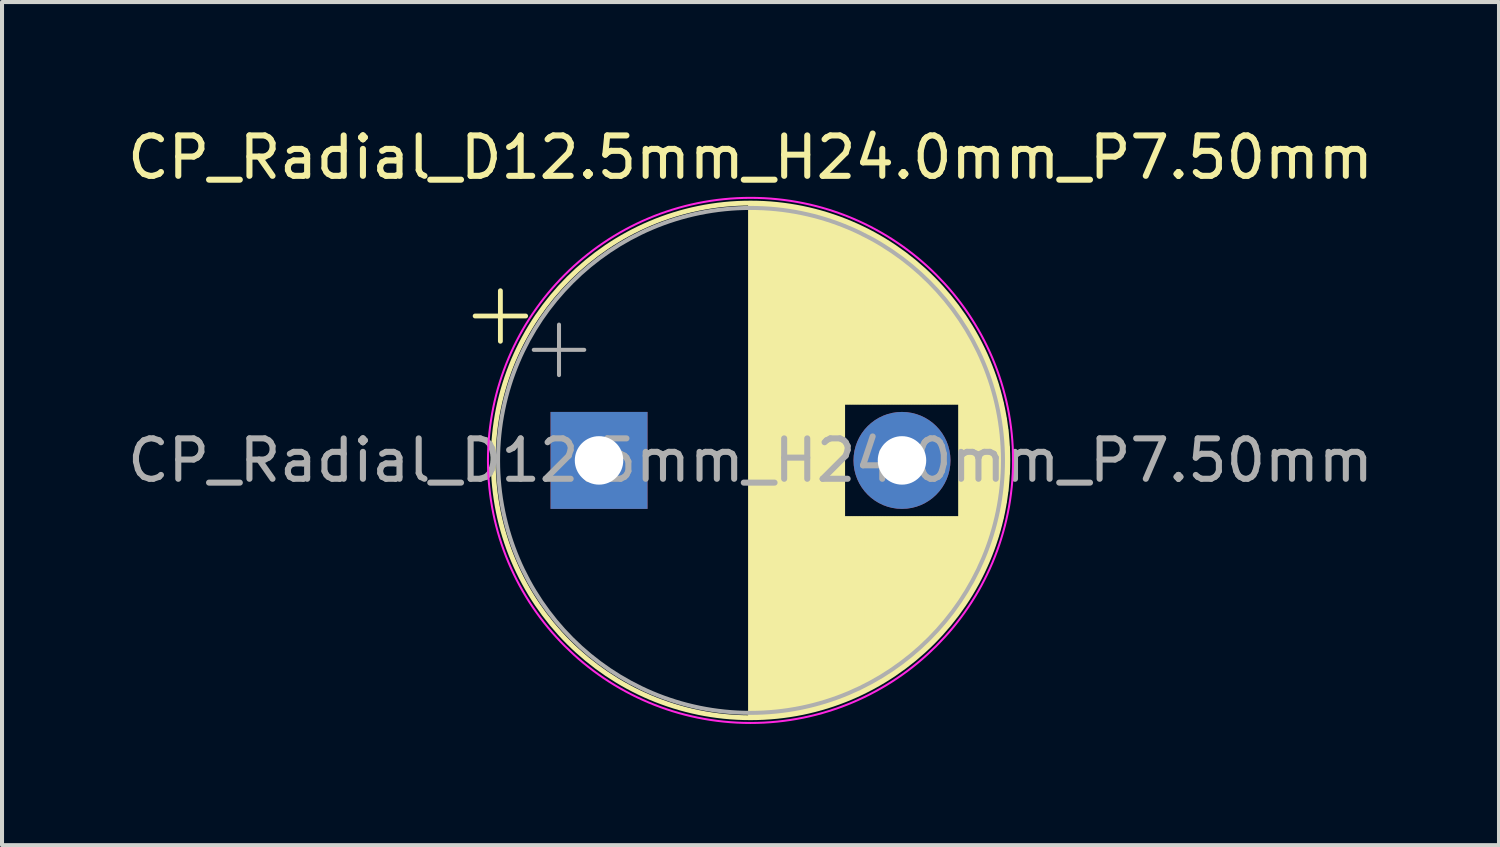
<source format=kicad_pcb>
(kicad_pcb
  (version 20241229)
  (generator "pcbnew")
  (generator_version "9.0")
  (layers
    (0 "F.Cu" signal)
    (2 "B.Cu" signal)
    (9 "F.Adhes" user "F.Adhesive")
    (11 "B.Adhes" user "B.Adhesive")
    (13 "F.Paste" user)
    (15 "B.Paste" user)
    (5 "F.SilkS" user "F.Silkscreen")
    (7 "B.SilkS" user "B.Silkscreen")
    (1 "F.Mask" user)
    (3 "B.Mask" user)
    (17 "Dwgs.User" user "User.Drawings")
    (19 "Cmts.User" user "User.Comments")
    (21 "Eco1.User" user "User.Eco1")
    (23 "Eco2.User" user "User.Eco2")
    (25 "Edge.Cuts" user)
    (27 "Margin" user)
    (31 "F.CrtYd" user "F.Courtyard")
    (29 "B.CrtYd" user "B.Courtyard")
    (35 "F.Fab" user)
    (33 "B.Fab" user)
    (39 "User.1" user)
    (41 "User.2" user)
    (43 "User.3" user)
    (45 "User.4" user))
  (footprint "CP_Radial_D12.5mm_H24.0mm_P7.50mm"
    (layer "F.Cu")
    (at 11.78 8.348)
    (property "Reference" "CP_Radial_D12.5mm_H24.0mm_P7.50mm" (at 3.75 -7.5 0) (layer "F.SilkS") (effects (font (size 1 1) (thickness 0.15))))
    (attr through_hole)
    (fp_line (start -3.067 -3.575) (end -1.817 -3.575) (stroke (width 0.12) (type solid)) (layer "F.SilkS"))
    (fp_line (start -2.442 -4.2) (end -2.442 -2.95) (stroke (width 0.12) (type solid)) (layer "F.SilkS"))
    (fp_line (start 3.75 -6.33) (end 3.75 6.33) (stroke (width 0.12) (type solid)) (layer "F.SilkS"))
    (fp_line (start 3.79 -6.33) (end 3.79 6.33) (stroke (width 0.12) (type solid)) (layer "F.SilkS"))
    (fp_line (start 3.83 -6.33) (end 3.83 6.33) (stroke (width 0.12) (type solid)) (layer "F.SilkS"))
    (fp_line (start 3.87 -6.329) (end 3.87 6.329) (stroke (width 0.12) (type solid)) (layer "F.SilkS"))
    (fp_line (start 3.91 -6.328) (end 3.91 6.328) (stroke (width 0.12) (type solid)) (layer "F.SilkS"))
    (fp_line (start 3.95 -6.327) (end 3.95 6.327) (stroke (width 0.12) (type solid)) (layer "F.SilkS"))
    (fp_line (start 3.99 -6.326) (end 3.99 6.326) (stroke (width 0.12) (type solid)) (layer "F.SilkS"))
    (fp_line (start 4.03 -6.324) (end 4.03 6.324) (stroke (width 0.12) (type solid)) (layer "F.SilkS"))
    (fp_line (start 4.07 -6.322) (end 4.07 6.322) (stroke (width 0.12) (type solid)) (layer "F.SilkS"))
    (fp_line (start 4.11 -6.32) (end 4.11 6.32) (stroke (width 0.12) (type solid)) (layer "F.SilkS"))
    (fp_line (start 4.15 -6.318) (end 4.15 6.318) (stroke (width 0.12) (type solid)) (layer "F.SilkS"))
    (fp_line (start 4.19 -6.315) (end 4.19 6.315) (stroke (width 0.12) (type solid)) (layer "F.SilkS"))
    (fp_line (start 4.23 -6.312) (end 4.23 6.312) (stroke (width 0.12) (type solid)) (layer "F.SilkS"))
    (fp_line (start 4.27 -6.309) (end 4.27 6.309) (stroke (width 0.12) (type solid)) (layer "F.SilkS"))
    (fp_line (start 4.31 -6.306) (end 4.31 6.306) (stroke (width 0.12) (type solid)) (layer "F.SilkS"))
    (fp_line (start 4.35 -6.302) (end 4.35 6.302) (stroke (width 0.12) (type solid)) (layer "F.SilkS"))
    (fp_line (start 4.39 -6.298) (end 4.39 6.298) (stroke (width 0.12) (type solid)) (layer "F.SilkS"))
    (fp_line (start 4.43 -6.294) (end 4.43 6.294) (stroke (width 0.12) (type solid)) (layer "F.SilkS"))
    (fp_line (start 4.471 -6.29) (end 4.471 6.29) (stroke (width 0.12) (type solid)) (layer "F.SilkS"))
    (fp_line (start 4.511 -6.285) (end 4.511 6.285) (stroke (width 0.12) (type solid)) (layer "F.SilkS"))
    (fp_line (start 4.551 -6.28) (end 4.551 6.28) (stroke (width 0.12) (type solid)) (layer "F.SilkS"))
    (fp_line (start 4.591 -6.275) (end 4.591 6.275) (stroke (width 0.12) (type solid)) (layer "F.SilkS"))
    (fp_line (start 4.631 -6.269) (end 4.631 6.269) (stroke (width 0.12) (type solid)) (layer "F.SilkS"))
    (fp_line (start 4.671 -6.264) (end 4.671 6.264) (stroke (width 0.12) (type solid)) (layer "F.SilkS"))
    (fp_line (start 4.711 -6.258) (end 4.711 6.258) (stroke (width 0.12) (type solid)) (layer "F.SilkS"))
    (fp_line (start 4.751 -6.252) (end 4.751 6.252) (stroke (width 0.12) (type solid)) (layer "F.SilkS"))
    (fp_line (start 4.791 -6.245) (end 4.791 6.245) (stroke (width 0.12) (type solid)) (layer "F.SilkS"))
    (fp_line (start 4.831 -6.238) (end 4.831 6.238) (stroke (width 0.12) (type solid)) (layer "F.SilkS"))
    (fp_line (start 4.871 -6.231) (end 4.871 6.231) (stroke (width 0.12) (type solid)) (layer "F.SilkS"))
    (fp_line (start 4.911 -6.224) (end 4.911 6.224) (stroke (width 0.12) (type solid)) (layer "F.SilkS"))
    (fp_line (start 4.951 -6.216) (end 4.951 6.216) (stroke (width 0.12) (type solid)) (layer "F.SilkS"))
    (fp_line (start 4.991 -6.209) (end 4.991 6.209) (stroke (width 0.12) (type solid)) (layer "F.SilkS"))
    (fp_line (start 5.031 -6.201) (end 5.031 6.201) (stroke (width 0.12) (type solid)) (layer "F.SilkS"))
    (fp_line (start 5.071 -6.192) (end 5.071 6.192) (stroke (width 0.12) (type solid)) (layer "F.SilkS"))
    (fp_line (start 5.111 -6.184) (end 5.111 6.184) (stroke (width 0.12) (type solid)) (layer "F.SilkS"))
    (fp_line (start 5.151 -6.175) (end 5.151 6.175) (stroke (width 0.12) (type solid)) (layer "F.SilkS"))
    (fp_line (start 5.191 -6.166) (end 5.191 6.166) (stroke (width 0.12) (type solid)) (layer "F.SilkS"))
    (fp_line (start 5.231 -6.156) (end 5.231 6.156) (stroke (width 0.12) (type solid)) (layer "F.SilkS"))
    (fp_line (start 5.271 -6.146) (end 5.271 6.146) (stroke (width 0.12) (type solid)) (layer "F.SilkS"))
    (fp_line (start 5.311 -6.137) (end 5.311 6.137) (stroke (width 0.12) (type solid)) (layer "F.SilkS"))
    (fp_line (start 5.351 -6.126) (end 5.351 6.126) (stroke (width 0.12) (type solid)) (layer "F.SilkS"))
    (fp_line (start 5.391 -6.116) (end 5.391 6.116) (stroke (width 0.12) (type solid)) (layer "F.SilkS"))
    (fp_line (start 5.431 -6.105) (end 5.431 6.105) (stroke (width 0.12) (type solid)) (layer "F.SilkS"))
    (fp_line (start 5.471 -6.094) (end 5.471 6.094) (stroke (width 0.12) (type solid)) (layer "F.SilkS"))
    (fp_line (start 5.511 -6.083) (end 5.511 6.083) (stroke (width 0.12) (type solid)) (layer "F.SilkS"))
    (fp_line (start 5.551 -6.071) (end 5.551 6.071) (stroke (width 0.12) (type solid)) (layer "F.SilkS"))
    (fp_line (start 5.591 -6.059) (end 5.591 6.059) (stroke (width 0.12) (type solid)) (layer "F.SilkS"))
    (fp_line (start 5.631 -6.047) (end 5.631 6.047) (stroke (width 0.12) (type solid)) (layer "F.SilkS"))
    (fp_line (start 5.671 -6.034) (end 5.671 6.034) (stroke (width 0.12) (type solid)) (layer "F.SilkS"))
    (fp_line (start 5.711 -6.021) (end 5.711 6.021) (stroke (width 0.12) (type solid)) (layer "F.SilkS"))
    (fp_line (start 5.751 -6.008) (end 5.751 6.008) (stroke (width 0.12) (type solid)) (layer "F.SilkS"))
    (fp_line (start 5.791 -5.995) (end 5.791 5.995) (stroke (width 0.12) (type solid)) (layer "F.SilkS"))
    (fp_line (start 5.831 -5.981) (end 5.831 5.981) (stroke (width 0.12) (type solid)) (layer "F.SilkS"))
    (fp_line (start 5.871 -5.967) (end 5.871 5.967) (stroke (width 0.12) (type solid)) (layer "F.SilkS"))
    (fp_line (start 5.911 -5.953) (end 5.911 5.953) (stroke (width 0.12) (type solid)) (layer "F.SilkS"))
    (fp_line (start 5.951 -5.939) (end 5.951 5.939) (stroke (width 0.12) (type solid)) (layer "F.SilkS"))
    (fp_line (start 5.991 -5.924) (end 5.991 5.924) (stroke (width 0.12) (type solid)) (layer "F.SilkS"))
    (fp_line (start 6.031 -5.908) (end 6.031 5.908) (stroke (width 0.12) (type solid)) (layer "F.SilkS"))
    (fp_line (start 6.071 -5.893) (end 6.071 -1.44) (stroke (width 0.12) (type solid)) (layer "F.SilkS"))
    (fp_line (start 6.071 1.44) (end 6.071 5.893) (stroke (width 0.12) (type solid)) (layer "F.SilkS"))
    (fp_line (start 6.111 -5.877) (end 6.111 -1.44) (stroke (width 0.12) (type solid)) (layer "F.SilkS"))
    (fp_line (start 6.111 1.44) (end 6.111 5.877) (stroke (width 0.12) (type solid)) (layer "F.SilkS"))
    (fp_line (start 6.151 -5.861) (end 6.151 -1.44) (stroke (width 0.12) (type solid)) (layer "F.SilkS"))
    (fp_line (start 6.151 1.44) (end 6.151 5.861) (stroke (width 0.12) (type solid)) (layer "F.SilkS"))
    (fp_line (start 6.191 -5.845) (end 6.191 -1.44) (stroke (width 0.12) (type solid)) (layer "F.SilkS"))
    (fp_line (start 6.191 1.44) (end 6.191 5.845) (stroke (width 0.12) (type solid)) (layer "F.SilkS"))
    (fp_line (start 6.231 -5.828) (end 6.231 -1.44) (stroke (width 0.12) (type solid)) (layer "F.SilkS"))
    (fp_line (start 6.231 1.44) (end 6.231 5.828) (stroke (width 0.12) (type solid)) (layer "F.SilkS"))
    (fp_line (start 6.271 -5.811) (end 6.271 -1.44) (stroke (width 0.12) (type solid)) (layer "F.SilkS"))
    (fp_line (start 6.271 1.44) (end 6.271 5.811) (stroke (width 0.12) (type solid)) (layer "F.SilkS"))
    (fp_line (start 6.311 -5.793) (end 6.311 -1.44) (stroke (width 0.12) (type solid)) (layer "F.SilkS"))
    (fp_line (start 6.311 1.44) (end 6.311 5.793) (stroke (width 0.12) (type solid)) (layer "F.SilkS"))
    (fp_line (start 6.351 -5.776) (end 6.351 -1.44) (stroke (width 0.12) (type solid)) (layer "F.SilkS"))
    (fp_line (start 6.351 1.44) (end 6.351 5.776) (stroke (width 0.12) (type solid)) (layer "F.SilkS"))
    (fp_line (start 6.391 -5.758) (end 6.391 -1.44) (stroke (width 0.12) (type solid)) (layer "F.SilkS"))
    (fp_line (start 6.391 1.44) (end 6.391 5.758) (stroke (width 0.12) (type solid)) (layer "F.SilkS"))
    (fp_line (start 6.431 -5.739) (end 6.431 -1.44) (stroke (width 0.12) (type solid)) (layer "F.SilkS"))
    (fp_line (start 6.431 1.44) (end 6.431 5.739) (stroke (width 0.12) (type solid)) (layer "F.SilkS"))
    (fp_line (start 6.471 -5.721) (end 6.471 -1.44) (stroke (width 0.12) (type solid)) (layer "F.SilkS"))
    (fp_line (start 6.471 1.44) (end 6.471 5.721) (stroke (width 0.12) (type solid)) (layer "F.SilkS"))
    (fp_line (start 6.511 -5.702) (end 6.511 -1.44) (stroke (width 0.12) (type solid)) (layer "F.SilkS"))
    (fp_line (start 6.511 1.44) (end 6.511 5.702) (stroke (width 0.12) (type solid)) (layer "F.SilkS"))
    (fp_line (start 6.551 -5.682) (end 6.551 -1.44) (stroke (width 0.12) (type solid)) (layer "F.SilkS"))
    (fp_line (start 6.551 1.44) (end 6.551 5.682) (stroke (width 0.12) (type solid)) (layer "F.SilkS"))
    (fp_line (start 6.591 -5.662) (end 6.591 -1.44) (stroke (width 0.12) (type solid)) (layer "F.SilkS"))
    (fp_line (start 6.591 1.44) (end 6.591 5.662) (stroke (width 0.12) (type solid)) (layer "F.SilkS"))
    (fp_line (start 6.631 -5.642) (end 6.631 -1.44) (stroke (width 0.12) (type solid)) (layer "F.SilkS"))
    (fp_line (start 6.631 1.44) (end 6.631 5.642) (stroke (width 0.12) (type solid)) (layer "F.SilkS"))
    (fp_line (start 6.671 -5.622) (end 6.671 -1.44) (stroke (width 0.12) (type solid)) (layer "F.SilkS"))
    (fp_line (start 6.671 1.44) (end 6.671 5.622) (stroke (width 0.12) (type solid)) (layer "F.SilkS"))
    (fp_line (start 6.711 -5.601) (end 6.711 -1.44) (stroke (width 0.12) (type solid)) (layer "F.SilkS"))
    (fp_line (start 6.711 1.44) (end 6.711 5.601) (stroke (width 0.12) (type solid)) (layer "F.SilkS"))
    (fp_line (start 6.751 -5.58) (end 6.751 -1.44) (stroke (width 0.12) (type solid)) (layer "F.SilkS"))
    (fp_line (start 6.751 1.44) (end 6.751 5.58) (stroke (width 0.12) (type solid)) (layer "F.SilkS"))
    (fp_line (start 6.791 -5.558) (end 6.791 -1.44) (stroke (width 0.12) (type solid)) (layer "F.SilkS"))
    (fp_line (start 6.791 1.44) (end 6.791 5.558) (stroke (width 0.12) (type solid)) (layer "F.SilkS"))
    (fp_line (start 6.831 -5.536) (end 6.831 -1.44) (stroke (width 0.12) (type solid)) (layer "F.SilkS"))
    (fp_line (start 6.831 1.44) (end 6.831 5.536) (stroke (width 0.12) (type solid)) (layer "F.SilkS"))
    (fp_line (start 6.871 -5.514) (end 6.871 -1.44) (stroke (width 0.12) (type solid)) (layer "F.SilkS"))
    (fp_line (start 6.871 1.44) (end 6.871 5.514) (stroke (width 0.12) (type solid)) (layer "F.SilkS"))
    (fp_line (start 6.911 -5.491) (end 6.911 -1.44) (stroke (width 0.12) (type solid)) (layer "F.SilkS"))
    (fp_line (start 6.911 1.44) (end 6.911 5.491) (stroke (width 0.12) (type solid)) (layer "F.SilkS"))
    (fp_line (start 6.951 -5.468) (end 6.951 -1.44) (stroke (width 0.12) (type solid)) (layer "F.SilkS"))
    (fp_line (start 6.951 1.44) (end 6.951 5.468) (stroke (width 0.12) (type solid)) (layer "F.SilkS"))
    (fp_line (start 6.991 -5.445) (end 6.991 -1.44) (stroke (width 0.12) (type solid)) (layer "F.SilkS"))
    (fp_line (start 6.991 1.44) (end 6.991 5.445) (stroke (width 0.12) (type solid)) (layer "F.SilkS"))
    (fp_line (start 7.031 -5.421) (end 7.031 -1.44) (stroke (width 0.12) (type solid)) (layer "F.SilkS"))
    (fp_line (start 7.031 1.44) (end 7.031 5.421) (stroke (width 0.12) (type solid)) (layer "F.SilkS"))
    (fp_line (start 7.071 -5.397) (end 7.071 -1.44) (stroke (width 0.12) (type solid)) (layer "F.SilkS"))
    (fp_line (start 7.071 1.44) (end 7.071 5.397) (stroke (width 0.12) (type solid)) (layer "F.SilkS"))
    (fp_line (start 7.111 -5.372) (end 7.111 -1.44) (stroke (width 0.12) (type solid)) (layer "F.SilkS"))
    (fp_line (start 7.111 1.44) (end 7.111 5.372) (stroke (width 0.12) (type solid)) (layer "F.SilkS"))
    (fp_line (start 7.151 -5.347) (end 7.151 -1.44) (stroke (width 0.12) (type solid)) (layer "F.SilkS"))
    (fp_line (start 7.151 1.44) (end 7.151 5.347) (stroke (width 0.12) (type solid)) (layer "F.SilkS"))
    (fp_line (start 7.191 -5.322) (end 7.191 -1.44) (stroke (width 0.12) (type solid)) (layer "F.SilkS"))
    (fp_line (start 7.191 1.44) (end 7.191 5.322) (stroke (width 0.12) (type solid)) (layer "F.SilkS"))
    (fp_line (start 7.231 -5.296) (end 7.231 -1.44) (stroke (width 0.12) (type solid)) (layer "F.SilkS"))
    (fp_line (start 7.231 1.44) (end 7.231 5.296) (stroke (width 0.12) (type solid)) (layer "F.SilkS"))
    (fp_line (start 7.271 -5.27) (end 7.271 -1.44) (stroke (width 0.12) (type solid)) (layer "F.SilkS"))
    (fp_line (start 7.271 1.44) (end 7.271 5.27) (stroke (width 0.12) (type solid)) (layer "F.SilkS"))
    (fp_line (start 7.311 -5.243) (end 7.311 -1.44) (stroke (width 0.12) (type solid)) (layer "F.SilkS"))
    (fp_line (start 7.311 1.44) (end 7.311 5.243) (stroke (width 0.12) (type solid)) (layer "F.SilkS"))
    (fp_line (start 7.351 -5.216) (end 7.351 -1.44) (stroke (width 0.12) (type solid)) (layer "F.SilkS"))
    (fp_line (start 7.351 1.44) (end 7.351 5.216) (stroke (width 0.12) (type solid)) (layer "F.SilkS"))
    (fp_line (start 7.391 -5.188) (end 7.391 -1.44) (stroke (width 0.12) (type solid)) (layer "F.SilkS"))
    (fp_line (start 7.391 1.44) (end 7.391 5.188) (stroke (width 0.12) (type solid)) (layer "F.SilkS"))
    (fp_line (start 7.431 -5.16) (end 7.431 -1.44) (stroke (width 0.12) (type solid)) (layer "F.SilkS"))
    (fp_line (start 7.431 1.44) (end 7.431 5.16) (stroke (width 0.12) (type solid)) (layer "F.SilkS"))
    (fp_line (start 7.471 -5.131) (end 7.471 -1.44) (stroke (width 0.12) (type solid)) (layer "F.SilkS"))
    (fp_line (start 7.471 1.44) (end 7.471 5.131) (stroke (width 0.12) (type solid)) (layer "F.SilkS"))
    (fp_line (start 7.511 -5.102) (end 7.511 -1.44) (stroke (width 0.12) (type solid)) (layer "F.SilkS"))
    (fp_line (start 7.511 1.44) (end 7.511 5.102) (stroke (width 0.12) (type solid)) (layer "F.SilkS"))
    (fp_line (start 7.551 -5.073) (end 7.551 -1.44) (stroke (width 0.12) (type solid)) (layer "F.SilkS"))
    (fp_line (start 7.551 1.44) (end 7.551 5.073) (stroke (width 0.12) (type solid)) (layer "F.SilkS"))
    (fp_line (start 7.591 -5.043) (end 7.591 -1.44) (stroke (width 0.12) (type solid)) (layer "F.SilkS"))
    (fp_line (start 7.591 1.44) (end 7.591 5.043) (stroke (width 0.12) (type solid)) (layer "F.SilkS"))
    (fp_line (start 7.631 -5.012) (end 7.631 -1.44) (stroke (width 0.12) (type solid)) (layer "F.SilkS"))
    (fp_line (start 7.631 1.44) (end 7.631 5.012) (stroke (width 0.12) (type solid)) (layer "F.SilkS"))
    (fp_line (start 7.671 -4.982) (end 7.671 -1.44) (stroke (width 0.12) (type solid)) (layer "F.SilkS"))
    (fp_line (start 7.671 1.44) (end 7.671 4.982) (stroke (width 0.12) (type solid)) (layer "F.SilkS"))
    (fp_line (start 7.711 -4.95) (end 7.711 -1.44) (stroke (width 0.12) (type solid)) (layer "F.SilkS"))
    (fp_line (start 7.711 1.44) (end 7.711 4.95) (stroke (width 0.12) (type solid)) (layer "F.SilkS"))
    (fp_line (start 7.751 -4.918) (end 7.751 -1.44) (stroke (width 0.12) (type solid)) (layer "F.SilkS"))
    (fp_line (start 7.751 1.44) (end 7.751 4.918) (stroke (width 0.12) (type solid)) (layer "F.SilkS"))
    (fp_line (start 7.791 -4.885) (end 7.791 -1.44) (stroke (width 0.12) (type solid)) (layer "F.SilkS"))
    (fp_line (start 7.791 1.44) (end 7.791 4.885) (stroke (width 0.12) (type solid)) (layer "F.SilkS"))
    (fp_line (start 7.831 -4.852) (end 7.831 -1.44) (stroke (width 0.12) (type solid)) (layer "F.SilkS"))
    (fp_line (start 7.831 1.44) (end 7.831 4.852) (stroke (width 0.12) (type solid)) (layer "F.SilkS"))
    (fp_line (start 7.871 -4.819) (end 7.871 -1.44) (stroke (width 0.12) (type solid)) (layer "F.SilkS"))
    (fp_line (start 7.871 1.44) (end 7.871 4.819) (stroke (width 0.12) (type solid)) (layer "F.SilkS"))
    (fp_line (start 7.911 -4.785) (end 7.911 -1.44) (stroke (width 0.12) (type solid)) (layer "F.SilkS"))
    (fp_line (start 7.911 1.44) (end 7.911 4.785) (stroke (width 0.12) (type solid)) (layer "F.SilkS"))
    (fp_line (start 7.951 -4.75) (end 7.951 -1.44) (stroke (width 0.12) (type solid)) (layer "F.SilkS"))
    (fp_line (start 7.951 1.44) (end 7.951 4.75) (stroke (width 0.12) (type solid)) (layer "F.SilkS"))
    (fp_line (start 7.991 -4.714) (end 7.991 -1.44) (stroke (width 0.12) (type solid)) (layer "F.SilkS"))
    (fp_line (start 7.991 1.44) (end 7.991 4.714) (stroke (width 0.12) (type solid)) (layer "F.SilkS"))
    (fp_line (start 8.031 -4.678) (end 8.031 -1.44) (stroke (width 0.12) (type solid)) (layer "F.SilkS"))
    (fp_line (start 8.031 1.44) (end 8.031 4.678) (stroke (width 0.12) (type solid)) (layer "F.SilkS"))
    (fp_line (start 8.071 -4.642) (end 8.071 -1.44) (stroke (width 0.12) (type solid)) (layer "F.SilkS"))
    (fp_line (start 8.071 1.44) (end 8.071 4.642) (stroke (width 0.12) (type solid)) (layer "F.SilkS"))
    (fp_line (start 8.111 -4.605) (end 8.111 -1.44) (stroke (width 0.12) (type solid)) (layer "F.SilkS"))
    (fp_line (start 8.111 1.44) (end 8.111 4.605) (stroke (width 0.12) (type solid)) (layer "F.SilkS"))
    (fp_line (start 8.151 -4.567) (end 8.151 -1.44) (stroke (width 0.12) (type solid)) (layer "F.SilkS"))
    (fp_line (start 8.151 1.44) (end 8.151 4.567) (stroke (width 0.12) (type solid)) (layer "F.SilkS"))
    (fp_line (start 8.191 -4.528) (end 8.191 -1.44) (stroke (width 0.12) (type solid)) (layer "F.SilkS"))
    (fp_line (start 8.191 1.44) (end 8.191 4.528) (stroke (width 0.12) (type solid)) (layer "F.SilkS"))
    (fp_line (start 8.231 -4.489) (end 8.231 -1.44) (stroke (width 0.12) (type solid)) (layer "F.SilkS"))
    (fp_line (start 8.231 1.44) (end 8.231 4.489) (stroke (width 0.12) (type solid)) (layer "F.SilkS"))
    (fp_line (start 8.271 -4.449) (end 8.271 -1.44) (stroke (width 0.12) (type solid)) (layer "F.SilkS"))
    (fp_line (start 8.271 1.44) (end 8.271 4.449) (stroke (width 0.12) (type solid)) (layer "F.SilkS"))
    (fp_line (start 8.311 -4.408) (end 8.311 -1.44) (stroke (width 0.12) (type solid)) (layer "F.SilkS"))
    (fp_line (start 8.311 1.44) (end 8.311 4.408) (stroke (width 0.12) (type solid)) (layer "F.SilkS"))
    (fp_line (start 8.351 -4.367) (end 8.351 -1.44) (stroke (width 0.12) (type solid)) (layer "F.SilkS"))
    (fp_line (start 8.351 1.44) (end 8.351 4.367) (stroke (width 0.12) (type solid)) (layer "F.SilkS"))
    (fp_line (start 8.391 -4.325) (end 8.391 -1.44) (stroke (width 0.12) (type solid)) (layer "F.SilkS"))
    (fp_line (start 8.391 1.44) (end 8.391 4.325) (stroke (width 0.12) (type solid)) (layer "F.SilkS"))
    (fp_line (start 8.431 -4.282) (end 8.431 -1.44) (stroke (width 0.12) (type solid)) (layer "F.SilkS"))
    (fp_line (start 8.431 1.44) (end 8.431 4.282) (stroke (width 0.12) (type solid)) (layer "F.SilkS"))
    (fp_line (start 8.471 -4.238) (end 8.471 -1.44) (stroke (width 0.12) (type solid)) (layer "F.SilkS"))
    (fp_line (start 8.471 1.44) (end 8.471 4.238) (stroke (width 0.12) (type solid)) (layer "F.SilkS"))
    (fp_line (start 8.511 -4.194) (end 8.511 -1.44) (stroke (width 0.12) (type solid)) (layer "F.SilkS"))
    (fp_line (start 8.511 1.44) (end 8.511 4.194) (stroke (width 0.12) (type solid)) (layer "F.SilkS"))
    (fp_line (start 8.551 -4.148) (end 8.551 -1.44) (stroke (width 0.12) (type solid)) (layer "F.SilkS"))
    (fp_line (start 8.551 1.44) (end 8.551 4.148) (stroke (width 0.12) (type solid)) (layer "F.SilkS"))
    (fp_line (start 8.591 -4.102) (end 8.591 -1.44) (stroke (width 0.12) (type solid)) (layer "F.SilkS"))
    (fp_line (start 8.591 1.44) (end 8.591 4.102) (stroke (width 0.12) (type solid)) (layer "F.SilkS"))
    (fp_line (start 8.631 -4.055) (end 8.631 -1.44) (stroke (width 0.12) (type solid)) (layer "F.SilkS"))
    (fp_line (start 8.631 1.44) (end 8.631 4.055) (stroke (width 0.12) (type solid)) (layer "F.SilkS"))
    (fp_line (start 8.671 -4.007) (end 8.671 -1.44) (stroke (width 0.12) (type solid)) (layer "F.SilkS"))
    (fp_line (start 8.671 1.44) (end 8.671 4.007) (stroke (width 0.12) (type solid)) (layer "F.SilkS"))
    (fp_line (start 8.711 -3.957) (end 8.711 -1.44) (stroke (width 0.12) (type solid)) (layer "F.SilkS"))
    (fp_line (start 8.711 1.44) (end 8.711 3.957) (stroke (width 0.12) (type solid)) (layer "F.SilkS"))
    (fp_line (start 8.751 -3.907) (end 8.751 -1.44) (stroke (width 0.12) (type solid)) (layer "F.SilkS"))
    (fp_line (start 8.751 1.44) (end 8.751 3.907) (stroke (width 0.12) (type solid)) (layer "F.SilkS"))
    (fp_line (start 8.791 -3.856) (end 8.791 -1.44) (stroke (width 0.12) (type solid)) (layer "F.SilkS"))
    (fp_line (start 8.791 1.44) (end 8.791 3.856) (stroke (width 0.12) (type solid)) (layer "F.SilkS"))
    (fp_line (start 8.831 -3.804) (end 8.831 -1.44) (stroke (width 0.12) (type solid)) (layer "F.SilkS"))
    (fp_line (start 8.831 1.44) (end 8.831 3.804) (stroke (width 0.12) (type solid)) (layer "F.SilkS"))
    (fp_line (start 8.871 -3.75) (end 8.871 -1.44) (stroke (width 0.12) (type solid)) (layer "F.SilkS"))
    (fp_line (start 8.871 1.44) (end 8.871 3.75) (stroke (width 0.12) (type solid)) (layer "F.SilkS"))
    (fp_line (start 8.911 -3.696) (end 8.911 -1.44) (stroke (width 0.12) (type solid)) (layer "F.SilkS"))
    (fp_line (start 8.911 1.44) (end 8.911 3.696) (stroke (width 0.12) (type solid)) (layer "F.SilkS"))
    (fp_line (start 8.951 -3.64) (end 8.951 3.64) (stroke (width 0.12) (type solid)) (layer "F.SilkS"))
    (fp_line (start 8.991 -3.583) (end 8.991 3.583) (stroke (width 0.12) (type solid)) (layer "F.SilkS"))
    (fp_line (start 9.031 -3.524) (end 9.031 3.524) (stroke (width 0.12) (type solid)) (layer "F.SilkS"))
    (fp_line (start 9.071 -3.464) (end 9.071 3.464) (stroke (width 0.12) (type solid)) (layer "F.SilkS"))
    (fp_line (start 9.111 -3.402) (end 9.111 3.402) (stroke (width 0.12) (type solid)) (layer "F.SilkS"))
    (fp_line (start 9.151 -3.339) (end 9.151 3.339) (stroke (width 0.12) (type solid)) (layer "F.SilkS"))
    (fp_line (start 9.191 -3.275) (end 9.191 3.275) (stroke (width 0.12) (type solid)) (layer "F.SilkS"))
    (fp_line (start 9.231 -3.208) (end 9.231 3.208) (stroke (width 0.12) (type solid)) (layer "F.SilkS"))
    (fp_line (start 9.271 -3.14) (end 9.271 3.14) (stroke (width 0.12) (type solid)) (layer "F.SilkS"))
    (fp_line (start 9.311 -3.069) (end 9.311 3.069) (stroke (width 0.12) (type solid)) (layer "F.SilkS"))
    (fp_line (start 9.351 -2.996) (end 9.351 2.996) (stroke (width 0.12) (type solid)) (layer "F.SilkS"))
    (fp_line (start 9.391 -2.921) (end 9.391 2.921) (stroke (width 0.12) (type solid)) (layer "F.SilkS"))
    (fp_line (start 9.431 -2.844) (end 9.431 2.844) (stroke (width 0.12) (type solid)) (layer "F.SilkS"))
    (fp_line (start 9.471 -2.764) (end 9.471 2.764) (stroke (width 0.12) (type solid)) (layer "F.SilkS"))
    (fp_line (start 9.511 -2.681) (end 9.511 2.681) (stroke (width 0.12) (type solid)) (layer "F.SilkS"))
    (fp_line (start 9.551 -2.594) (end 9.551 2.594) (stroke (width 0.12) (type solid)) (layer "F.SilkS"))
    (fp_line (start 9.591 -2.504) (end 9.591 2.504) (stroke (width 0.12) (type solid)) (layer "F.SilkS"))
    (fp_line (start 9.631 -2.41) (end 9.631 2.41) (stroke (width 0.12) (type solid)) (layer "F.SilkS"))
    (fp_line (start 9.671 -2.312) (end 9.671 2.312) (stroke (width 0.12) (type solid)) (layer "F.SilkS"))
    (fp_line (start 9.711 -2.209) (end 9.711 2.209) (stroke (width 0.12) (type solid)) (layer "F.SilkS"))
    (fp_line (start 9.751 -2.1) (end 9.751 2.1) (stroke (width 0.12) (type solid)) (layer "F.SilkS"))
    (fp_line (start 9.791 -1.984) (end 9.791 1.984) (stroke (width 0.12) (type solid)) (layer "F.SilkS"))
    (fp_line (start 9.831 -1.861) (end 9.831 1.861) (stroke (width 0.12) (type solid)) (layer "F.SilkS"))
    (fp_line (start 9.871 -1.728) (end 9.871 1.728) (stroke (width 0.12) (type solid)) (layer "F.SilkS"))
    (fp_line (start 9.911 -1.583) (end 9.911 1.583) (stroke (width 0.12) (type solid)) (layer "F.SilkS"))
    (fp_line (start 9.951 -1.422) (end 9.951 1.422) (stroke (width 0.12) (type solid)) (layer "F.SilkS"))
    (fp_line (start 9.991 -1.241) (end 9.991 1.241) (stroke (width 0.12) (type solid)) (layer "F.SilkS"))
    (fp_line (start 10.031 -1.028) (end 10.031 1.028) (stroke (width 0.12) (type solid)) (layer "F.SilkS"))
    (fp_line (start 10.071 -0.757) (end 10.071 0.757) (stroke (width 0.12) (type solid)) (layer "F.SilkS"))
    (fp_line (start 10.111 -0.317) (end 10.111 0.317) (stroke (width 0.12) (type solid)) (layer "F.SilkS"))
    (fp_circle (center 3.75 0) (end 10.12 0) (stroke (width 0.12) (type solid)) (fill no) (layer "F.SilkS"))
    (fp_circle (center 3.75 0) (end 10.25 0) (stroke (width 0.05) (type solid)) (fill no) (layer "F.CrtYd"))
    (fp_line (start -1.616 -2.737) (end -0.366 -2.737) (stroke (width 0.1) (type solid)) (layer "F.Fab"))
    (fp_line (start -0.991 -3.362) (end -0.991 -2.112) (stroke (width 0.1) (type solid)) (layer "F.Fab"))
    (fp_circle (center 3.75 0) (end 10 0) (stroke (width 0.1) (type solid)) (fill no) (layer "F.Fab"))
    (fp_text user "${REFERENCE}" (at 3.75 0 0) (layer "F.Fab") (effects (font (size 1 1) (thickness 0.15))))
    (pad "1" thru_hole rect (at 0 0) (size 2.4 2.4) (drill 1.2) (layers "*.Cu" "*.Mask"))
    (pad "2" thru_hole circle (at 7.5 0) (size 2.4 2.4) (drill 1.2) (layers "*.Cu" "*.Mask")))
  (gr_rect
    (start -3 -3)
    (end 34.06 17.873)
    (stroke (width 0.1) (type default))
    (fill no)
    (layer "Edge.Cuts")))
</source>
